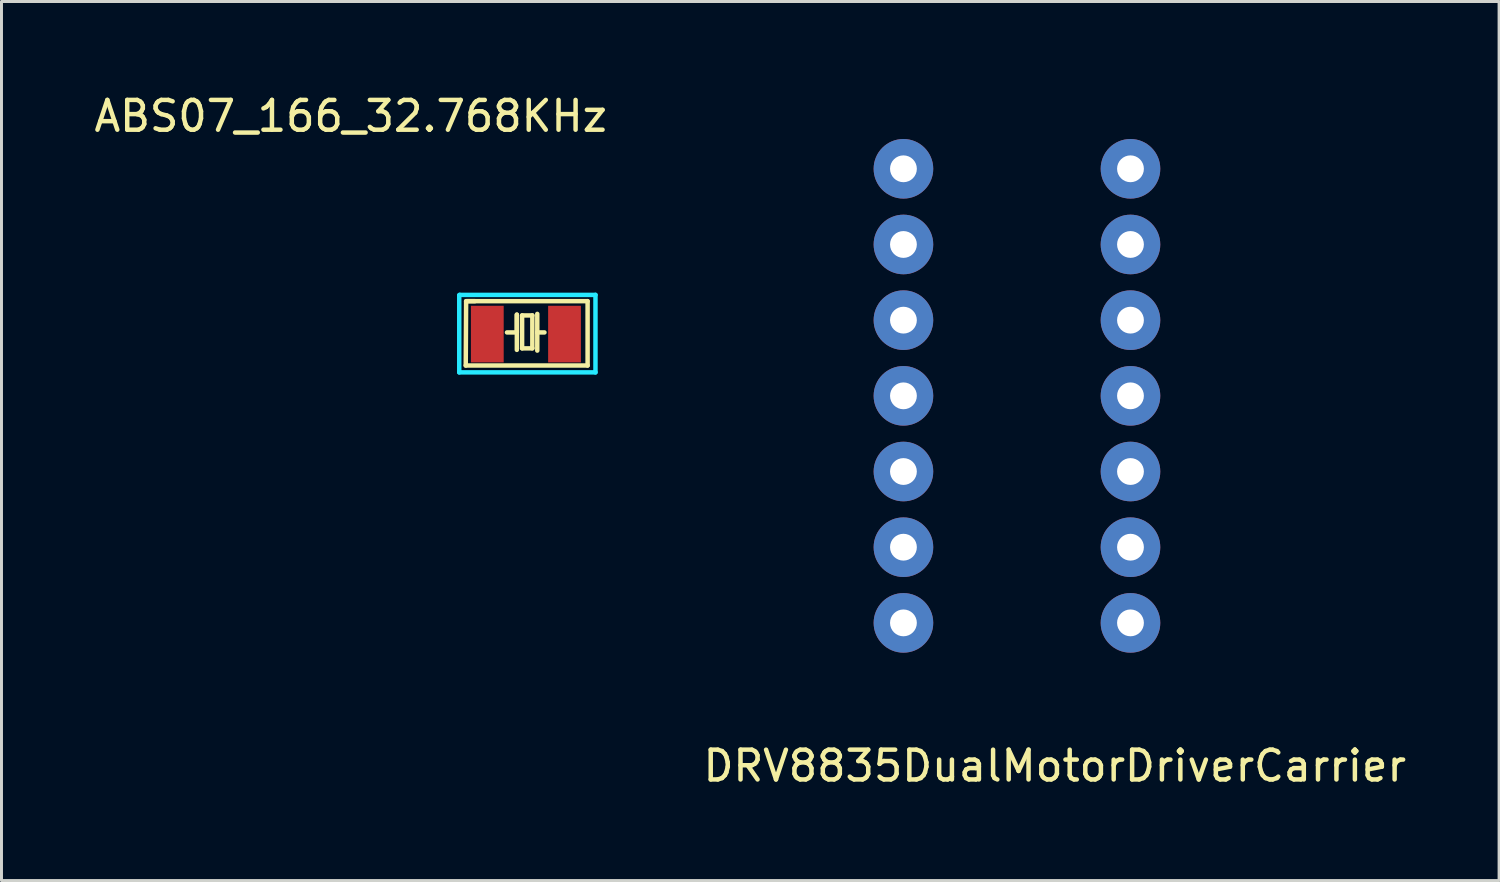
<source format=kicad_pcb>
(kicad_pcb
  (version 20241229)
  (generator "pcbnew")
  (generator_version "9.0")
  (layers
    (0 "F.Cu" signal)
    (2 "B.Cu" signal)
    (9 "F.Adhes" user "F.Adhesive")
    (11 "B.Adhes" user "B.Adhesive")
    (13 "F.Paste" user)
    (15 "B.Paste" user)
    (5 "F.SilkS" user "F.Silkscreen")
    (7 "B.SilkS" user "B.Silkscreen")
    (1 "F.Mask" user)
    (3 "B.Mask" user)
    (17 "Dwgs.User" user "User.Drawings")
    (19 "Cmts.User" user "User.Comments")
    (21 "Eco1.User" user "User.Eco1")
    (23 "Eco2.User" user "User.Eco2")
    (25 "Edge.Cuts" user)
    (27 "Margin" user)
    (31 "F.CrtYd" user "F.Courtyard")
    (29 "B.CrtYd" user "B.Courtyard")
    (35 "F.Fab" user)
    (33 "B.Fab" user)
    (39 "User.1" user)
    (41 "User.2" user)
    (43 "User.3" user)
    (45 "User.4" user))
  (footprint "DRV8835DualMotorDriverCarrier"
    (layer "F.Cu")
    (at 32.351 17.855)
    (property "Reference" "DRV8835DualMotorDriverCarrier" (at 0 4.8 0) (layer "F.SilkS") (effects (font (size 1 1) (thickness 0.15))))
    (attr through_hole)
    (fp_line (start -7.62 -17.78) (end -7.62 2.54) (stroke (width 0.15) (type solid)) (layer "B.Paste"))
    (fp_line (start -7.62 2.54) (end 5.08 2.54) (stroke (width 0.15) (type solid)) (layer "B.Paste"))
    (fp_line (start 5.08 -17.78) (end -7.62 -17.78) (stroke (width 0.15) (type solid)) (layer "B.Paste"))
    (fp_line (start 5.08 2.54) (end 5.08 -17.78) (stroke (width 0.15) (type solid)) (layer "B.Paste"))
    (pad "1" thru_hole circle (at -5.08 -15.24) (size 2 2) (drill 0.9) (layers "*.Cu" "*.Mask"))
    (pad "2" thru_hole circle (at -5.08 -12.7) (size 2 2) (drill 0.9) (layers "*.Cu" "*.Mask"))
    (pad "3" thru_hole circle (at -5.08 -10.16) (size 2 2) (drill 0.9) (layers "*.Cu" "*.Mask"))
    (pad "4" thru_hole circle (at -5.08 -7.62) (size 2 2) (drill 0.9) (layers "*.Cu" "*.Mask"))
    (pad "5" thru_hole circle (at -5.08 -5.08) (size 2 2) (drill 0.9) (layers "*.Cu" "*.Mask"))
    (pad "6" thru_hole circle (at -5.08 -2.54) (size 2 2) (drill 0.9) (layers "*.Cu" "*.Mask"))
    (pad "7" thru_hole circle (at -5.08 0) (size 2 2) (drill 0.9) (layers "*.Cu" "*.Mask"))
    (pad "8" thru_hole circle (at 2.54 0) (size 2 2) (drill 0.9) (layers "*.Cu" "*.Mask"))
    (pad "9" thru_hole circle (at 2.54 -2.54) (size 2 2) (drill 0.9) (layers "*.Cu" "*.Mask"))
    (pad "10" thru_hole circle (at 2.54 -5.08) (size 2 2) (drill 0.9) (layers "*.Cu" "*.Mask"))
    (pad "11" thru_hole circle (at 2.54 -7.62) (size 2 2) (drill 0.9) (layers "*.Cu" "*.Mask"))
    (pad "12" thru_hole circle (at 2.54 -10.16) (size 2 2) (drill 0.9) (layers "*.Cu" "*.Mask"))
    (pad "13" thru_hole circle (at 2.54 -12.7) (size 2 2) (drill 0.9) (layers "*.Cu" "*.Mask"))
    (pad "14" thru_hole circle (at 2.54 -15.24) (size 2 2) (drill 0.9) (layers "*.Cu" "*.Mask")))
  (footprint "ABS07_166_32.768KHz"
    (layer "F.Cu")
    (at 14.664 8.087)
    (property "Reference" "ABS07_166_32.768KHz" (at -5.944 -7.239 0) (layer "F.SilkS") (effects (font (size 1 1) (thickness 0.15))))
    (attr through_hole)
    (fp_line (start -2.083 1.13) (end -2.07 -1.029) (stroke (width 0.15) (type solid)) (layer "F.SilkS"))
    (fp_line (start -2.07 -1.029) (end -1.778 -1.029) (stroke (width 0.15) (type solid)) (layer "F.SilkS"))
    (fp_line (start -2.032 -1.029) (end 2.007 -1.029) (stroke (width 0.15) (type solid)) (layer "F.SilkS"))
    (fp_line (start -0.699 0.02) (end -0.368 0.02) (stroke (width 0.15) (type solid)) (layer "F.SilkS"))
    (fp_line (start -0.368 -0.577) (end -0.368 0.605) (stroke (width 0.15) (type solid)) (layer "F.SilkS"))
    (fp_line (start -0.368 0.02) (end -0.368 -0.577) (stroke (width 0.15) (type solid)) (layer "F.SilkS"))
    (fp_line (start -0.191 -0.551) (end 0.152 -0.551) (stroke (width 0.15) (type solid)) (layer "F.SilkS"))
    (fp_line (start -0.191 0.554) (end -0.191 -0.551) (stroke (width 0.15) (type solid)) (layer "F.SilkS"))
    (fp_line (start 0.152 -0.551) (end 0.152 0.554) (stroke (width 0.15) (type solid)) (layer "F.SilkS"))
    (fp_line (start 0.152 0.554) (end -0.191 0.554) (stroke (width 0.15) (type solid)) (layer "F.SilkS"))
    (fp_line (start 0.318 0.02) (end 0.318 -0.602) (stroke (width 0.15) (type solid)) (layer "F.SilkS"))
    (fp_line (start 0.318 0.02) (end 0.318 0.63) (stroke (width 0.15) (type solid)) (layer "F.SilkS"))
    (fp_line (start 0.559 0.02) (end 0.318 0.02) (stroke (width 0.15) (type solid)) (layer "F.SilkS"))
    (fp_line (start 2.007 -1.029) (end 2.007 1.13) (stroke (width 0.15) (type solid)) (layer "F.SilkS"))
    (fp_line (start 2.007 1.13) (end -2.083 1.13) (stroke (width 0.15) (type solid)) (layer "F.SilkS"))
    (fp_line (start -2.301 1.361) (end -2.301 -1.224) (stroke (width 0.15) (type solid)) (layer "B.CrtYd"))
    (fp_line (start -2.291 -1.24) (end 2.271 -1.24) (stroke (width 0.15) (type solid)) (layer "B.CrtYd"))
    (fp_line (start -2.286 -1.24) (end -2.301 -1.224) (stroke (width 0.15) (type solid)) (layer "B.CrtYd"))
    (fp_line (start 2.271 -1.24) (end 2.271 1.361) (stroke (width 0.15) (type solid)) (layer "B.CrtYd"))
    (fp_line (start 2.271 1.361) (end -2.301 1.361) (stroke (width 0.15) (type solid)) (layer "B.CrtYd"))
    (pad "1" smd rect (at -1.359 0.076) (size 1.1 1.9) (layers "F.Cu" "F.Mask" "F.Paste"))
    (pad "2" smd rect (at 1.232 0.076) (size 1.1 1.9) (layers "F.Cu" "F.Mask" "F.Paste")))
  (gr_rect
    (start -3 -3)
    (end 47.262 26.503)
    (stroke (width 0.1) (type default))
    (fill no)
    (layer "Edge.Cuts")))
</source>
